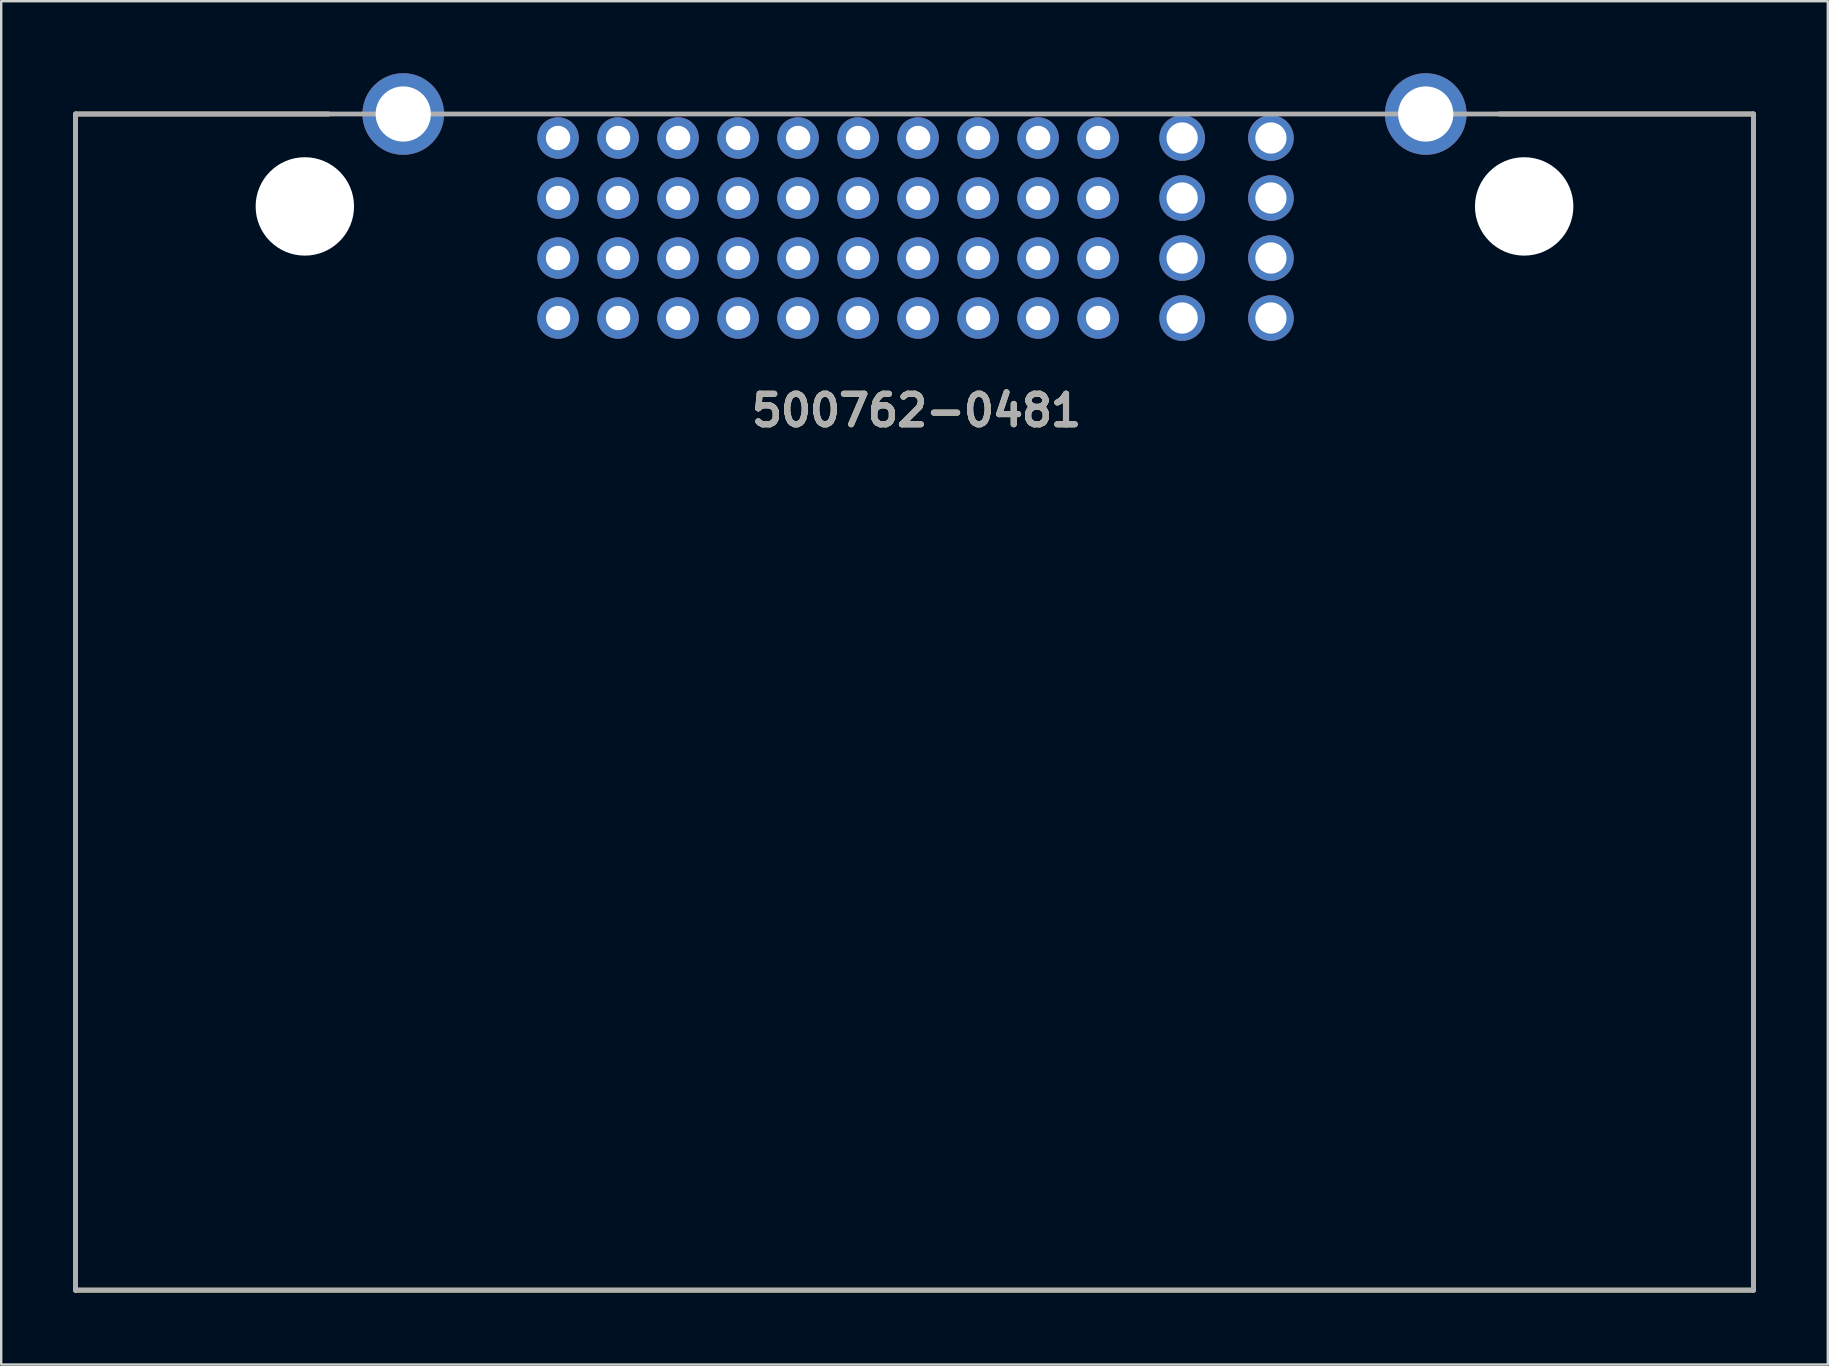
<source format=kicad_pcb>
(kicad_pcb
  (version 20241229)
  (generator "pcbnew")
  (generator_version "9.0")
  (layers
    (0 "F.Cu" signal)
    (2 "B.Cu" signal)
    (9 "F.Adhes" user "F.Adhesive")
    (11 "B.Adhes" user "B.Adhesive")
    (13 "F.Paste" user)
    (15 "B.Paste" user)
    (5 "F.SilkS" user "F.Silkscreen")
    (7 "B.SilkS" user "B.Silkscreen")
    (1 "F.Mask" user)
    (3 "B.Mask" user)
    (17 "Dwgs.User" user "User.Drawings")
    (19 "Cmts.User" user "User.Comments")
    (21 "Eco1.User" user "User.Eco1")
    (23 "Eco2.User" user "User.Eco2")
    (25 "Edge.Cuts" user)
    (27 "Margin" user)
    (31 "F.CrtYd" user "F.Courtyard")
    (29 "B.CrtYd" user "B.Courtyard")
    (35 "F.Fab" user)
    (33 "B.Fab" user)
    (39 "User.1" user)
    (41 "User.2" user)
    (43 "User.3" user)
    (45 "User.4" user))
  (footprint "500762-0481"
    (layer "F.Cu")
    (at 35.05 1.7)
    (property "Reference" "500762-0481" (at 0.083 12.351 0) (layer "F.SilkS") (effects (font (size 1.27 1.27) (thickness 0.254))))
    (attr through_hole)
    (fp_line (start -34.95 0) (end -34.95 49) (stroke (width 0.2) (type solid)) (layer "F.SilkS"))
    (fp_line (start -34.95 0) (end -24.416 0) (stroke (width 0.2) (type solid)) (layer "F.SilkS"))
    (fp_line (start -34.95 49) (end 34.95 49) (stroke (width 0.2) (type solid)) (layer "F.SilkS"))
    (fp_line (start 34.95 0) (end 24.366 0) (stroke (width 0.2) (type solid)) (layer "F.SilkS"))
    (fp_line (start 34.95 49) (end 34.95 0) (stroke (width 0.2) (type solid)) (layer "F.SilkS"))
    (fp_line (start -34.95 0) (end 34.95 0) (stroke (width 0.2) (type solid)) (layer "F.Fab"))
    (fp_line (start -34.95 49) (end -34.95 0) (stroke (width 0.2) (type solid)) (layer "F.Fab"))
    (fp_line (start 34.95 0) (end 34.95 49) (stroke (width 0.2) (type solid)) (layer "F.Fab"))
    (fp_line (start 34.95 49) (end -34.95 49) (stroke (width 0.2) (type solid)) (layer "F.Fab"))
    (fp_text user "${REFERENCE}" (at 0.083 12.351 0) (layer "F.Fab") (effects (font (size 1.27 1.27) (thickness 0.254))))
    (pad "" np_thru_hole circle (at -25.4 3.85) (size 4.1 4.1) (drill 4.1) (layers "*.Cu" "*.Mask"))
    (pad "" np_thru_hole circle (at 25.4 3.85) (size 4.1 4.1) (drill 4.1) (layers "*.Cu" "*.Mask"))
    (pad "1" thru_hole circle (at -14.85 1) (size 1.727 1.727) (drill 1.016) (layers "*.Cu" "*.Mask"))
    (pad "2" thru_hole circle (at -14.85 3.5) (size 1.727 1.727) (drill 1.016) (layers "*.Cu" "*.Mask"))
    (pad "3" thru_hole circle (at -14.85 6) (size 1.727 1.727) (drill 1.016) (layers "*.Cu" "*.Mask"))
    (pad "4" thru_hole circle (at -14.85 8.5) (size 1.727 1.727) (drill 1.016) (layers "*.Cu" "*.Mask"))
    (pad "5" thru_hole circle (at -12.35 1) (size 1.727 1.727) (drill 1.016) (layers "*.Cu" "*.Mask"))
    (pad "6" thru_hole circle (at -12.35 3.5) (size 1.727 1.727) (drill 1.016) (layers "*.Cu" "*.Mask"))
    (pad "7" thru_hole circle (at -12.35 6) (size 1.727 1.727) (drill 1.016) (layers "*.Cu" "*.Mask"))
    (pad "8" thru_hole circle (at -12.35 8.5) (size 1.727 1.727) (drill 1.016) (layers "*.Cu" "*.Mask"))
    (pad "9" thru_hole circle (at -9.85 1) (size 1.727 1.727) (drill 1.016) (layers "*.Cu" "*.Mask"))
    (pad "10" thru_hole circle (at -9.85 3.5) (size 1.727 1.727) (drill 1.016) (layers "*.Cu" "*.Mask"))
    (pad "11" thru_hole circle (at -9.85 6) (size 1.727 1.727) (drill 1.016) (layers "*.Cu" "*.Mask"))
    (pad "12" thru_hole circle (at -9.85 8.5) (size 1.727 1.727) (drill 1.016) (layers "*.Cu" "*.Mask"))
    (pad "13" thru_hole circle (at -7.35 1) (size 1.727 1.727) (drill 1.016) (layers "*.Cu" "*.Mask"))
    (pad "14" thru_hole circle (at -7.35 3.5) (size 1.727 1.727) (drill 1.016) (layers "*.Cu" "*.Mask"))
    (pad "15" thru_hole circle (at -7.35 6) (size 1.727 1.727) (drill 1.016) (layers "*.Cu" "*.Mask"))
    (pad "16" thru_hole circle (at -7.35 8.5) (size 1.727 1.727) (drill 1.016) (layers "*.Cu" "*.Mask"))
    (pad "17" thru_hole circle (at -4.85 1) (size 1.727 1.727) (drill 1.016) (layers "*.Cu" "*.Mask"))
    (pad "18" thru_hole circle (at -4.85 3.5) (size 1.727 1.727) (drill 1.016) (layers "*.Cu" "*.Mask"))
    (pad "19" thru_hole circle (at -4.85 6) (size 1.727 1.727) (drill 1.016) (layers "*.Cu" "*.Mask"))
    (pad "20" thru_hole circle (at -4.85 8.5) (size 1.727 1.727) (drill 1.016) (layers "*.Cu" "*.Mask"))
    (pad "21" thru_hole circle (at -2.35 1) (size 1.727 1.727) (drill 1.016) (layers "*.Cu" "*.Mask"))
    (pad "22" thru_hole circle (at -2.35 3.5) (size 1.727 1.727) (drill 1.016) (layers "*.Cu" "*.Mask"))
    (pad "23" thru_hole circle (at -2.35 6) (size 1.727 1.727) (drill 1.016) (layers "*.Cu" "*.Mask"))
    (pad "24" thru_hole circle (at -2.35 8.5) (size 1.727 1.727) (drill 1.016) (layers "*.Cu" "*.Mask"))
    (pad "25" thru_hole circle (at 0.15 1) (size 1.727 1.727) (drill 1.016) (layers "*.Cu" "*.Mask"))
    (pad "26" thru_hole circle (at 0.15 3.5) (size 1.727 1.727) (drill 1.016) (layers "*.Cu" "*.Mask"))
    (pad "27" thru_hole circle (at 0.15 6) (size 1.727 1.727) (drill 1.016) (layers "*.Cu" "*.Mask"))
    (pad "28" thru_hole circle (at 0.15 8.5) (size 1.727 1.727) (drill 1.016) (layers "*.Cu" "*.Mask"))
    (pad "29" thru_hole circle (at 2.65 1) (size 1.727 1.727) (drill 1.016) (layers "*.Cu" "*.Mask"))
    (pad "30" thru_hole circle (at 2.65 3.5) (size 1.727 1.727) (drill 1.016) (layers "*.Cu" "*.Mask"))
    (pad "31" thru_hole circle (at 2.65 6) (size 1.727 1.727) (drill 1.016) (layers "*.Cu" "*.Mask"))
    (pad "32" thru_hole circle (at 2.65 8.5) (size 1.727 1.727) (drill 1.016) (layers "*.Cu" "*.Mask"))
    (pad "33" thru_hole circle (at 5.15 1) (size 1.727 1.727) (drill 1.016) (layers "*.Cu" "*.Mask"))
    (pad "34" thru_hole circle (at 5.15 3.5) (size 1.727 1.727) (drill 1.016) (layers "*.Cu" "*.Mask"))
    (pad "35" thru_hole circle (at 5.15 6) (size 1.727 1.727) (drill 1.016) (layers "*.Cu" "*.Mask"))
    (pad "36" thru_hole circle (at 5.15 8.5) (size 1.727 1.727) (drill 1.016) (layers "*.Cu" "*.Mask"))
    (pad "37" thru_hole circle (at 7.65 1) (size 1.727 1.727) (drill 1.016) (layers "*.Cu" "*.Mask"))
    (pad "38" thru_hole circle (at 7.65 3.5) (size 1.727 1.727) (drill 1.016) (layers "*.Cu" "*.Mask"))
    (pad "39" thru_hole circle (at 7.65 6) (size 1.727 1.727) (drill 1.016) (layers "*.Cu" "*.Mask"))
    (pad "40" thru_hole circle (at 7.65 8.5) (size 1.727 1.727) (drill 1.016) (layers "*.Cu" "*.Mask"))
    (pad "41" thru_hole circle (at 11.15 1) (size 1.9 1.9) (drill 1.3) (layers "*.Cu" "*.Mask"))
    (pad "42" thru_hole circle (at 11.15 3.5) (size 1.9 1.9) (drill 1.3) (layers "*.Cu" "*.Mask"))
    (pad "43" thru_hole circle (at 11.15 6) (size 1.9 1.9) (drill 1.3) (layers "*.Cu" "*.Mask"))
    (pad "44" thru_hole circle (at 11.15 8.5) (size 1.9 1.9) (drill 1.3) (layers "*.Cu" "*.Mask"))
    (pad "45" thru_hole circle (at 14.85 1) (size 1.9 1.9) (drill 1.3) (layers "*.Cu" "*.Mask"))
    (pad "46" thru_hole circle (at 14.85 3.5) (size 1.9 1.9) (drill 1.3) (layers "*.Cu" "*.Mask"))
    (pad "47" thru_hole circle (at 14.85 6) (size 1.9 1.9) (drill 1.3) (layers "*.Cu" "*.Mask"))
    (pad "48" thru_hole circle (at 14.85 8.5) (size 1.9 1.9) (drill 1.3) (layers "*.Cu" "*.Mask"))
    (pad "50" thru_hole circle (at 21.3 0) (size 3.4 3.4) (drill 2.3) (layers "*.Cu" "*.Mask"))
    (pad "51" thru_hole circle (at -21.3 0) (size 3.4 3.4) (drill 2.3) (layers "*.Cu" "*.Mask")))
  (gr_rect
    (start -3 -3)
    (end 73.1 53.8)
    (stroke (width 0.1) (type default))
    (fill no)
    (layer "Edge.Cuts")))
</source>
